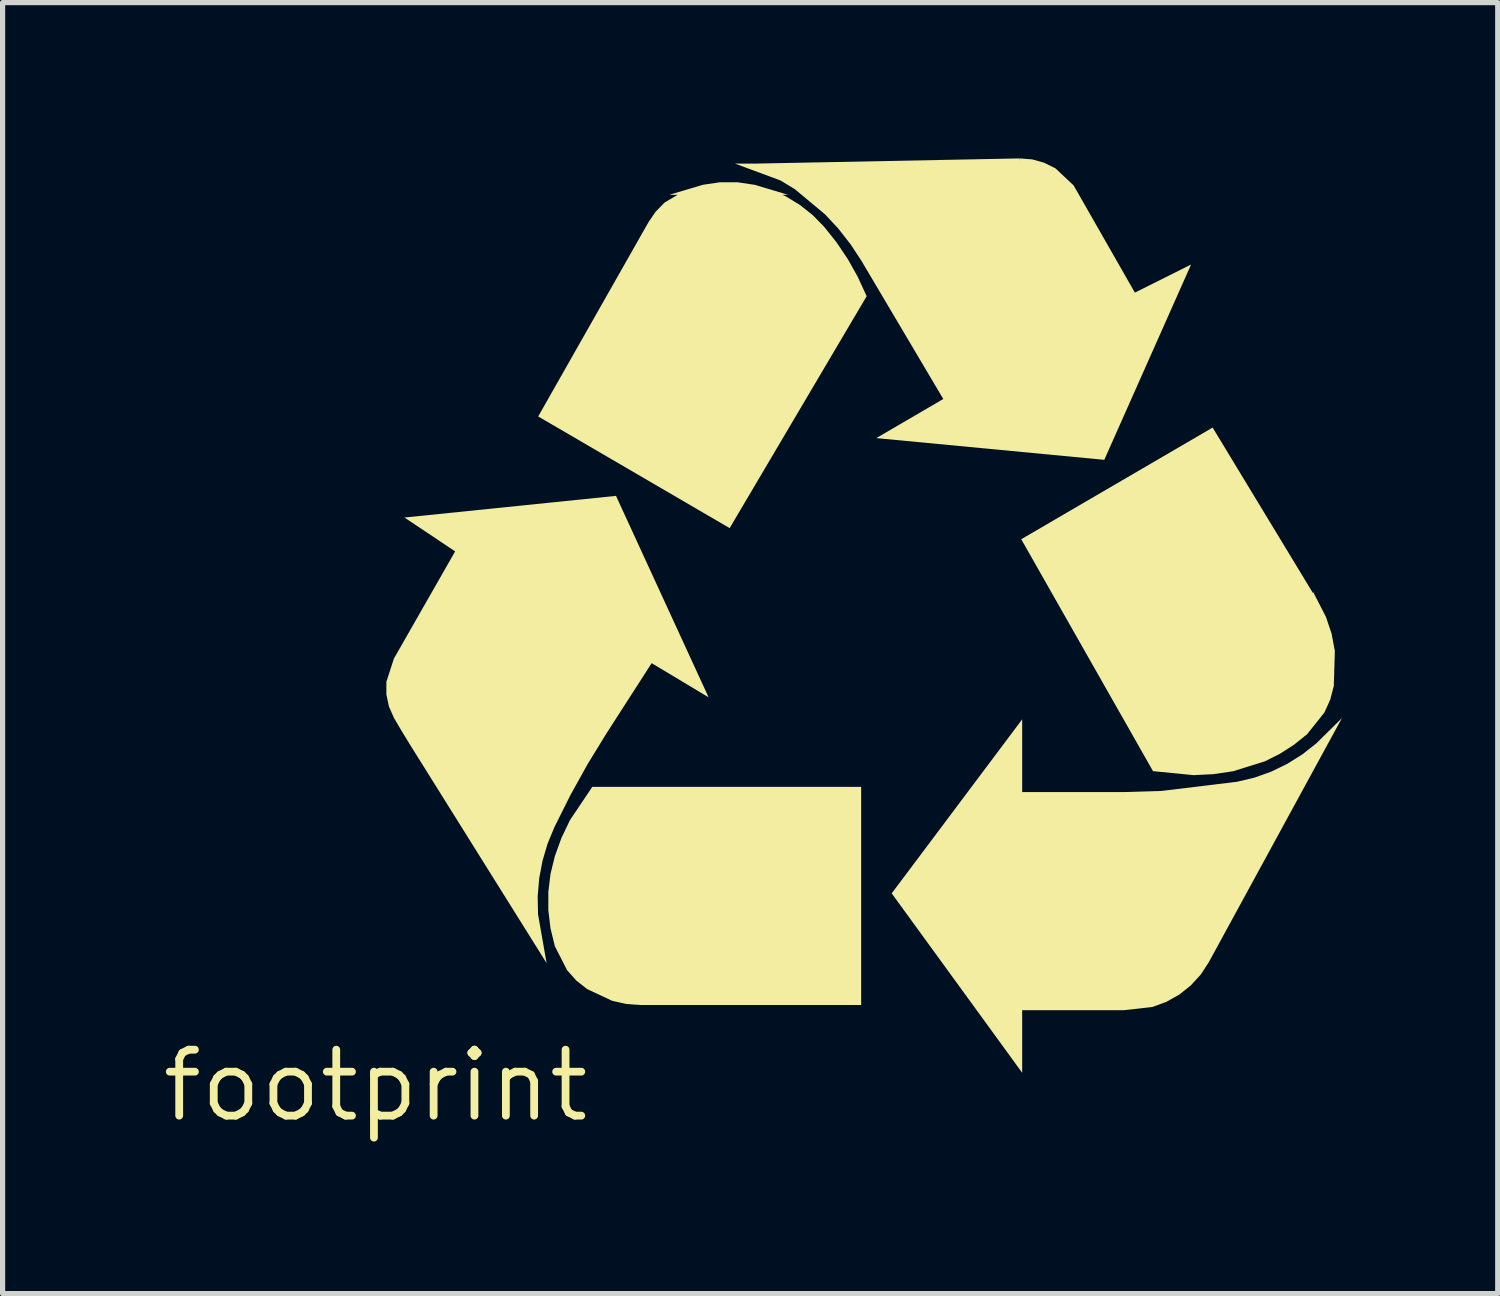
<source format=kicad_pcb>
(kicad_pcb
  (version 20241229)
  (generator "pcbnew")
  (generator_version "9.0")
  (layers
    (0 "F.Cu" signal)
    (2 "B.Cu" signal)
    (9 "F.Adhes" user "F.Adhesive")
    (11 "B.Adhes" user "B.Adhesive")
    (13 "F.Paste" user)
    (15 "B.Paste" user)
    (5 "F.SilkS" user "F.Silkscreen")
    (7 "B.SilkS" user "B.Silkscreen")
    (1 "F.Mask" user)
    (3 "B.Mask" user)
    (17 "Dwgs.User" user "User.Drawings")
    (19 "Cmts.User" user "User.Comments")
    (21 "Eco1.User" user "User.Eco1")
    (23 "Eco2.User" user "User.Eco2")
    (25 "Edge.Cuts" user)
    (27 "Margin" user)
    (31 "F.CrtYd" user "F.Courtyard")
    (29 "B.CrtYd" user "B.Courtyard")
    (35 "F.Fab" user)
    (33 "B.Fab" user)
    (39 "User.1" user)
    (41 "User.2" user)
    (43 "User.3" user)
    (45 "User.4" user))
  (footprint "footprint"
    (layer "F.Cu")
    (at 4.18 17.85)
    (property "Reference" "footprint" (at 0 0 0) (layer "F.SilkS") (effects (font (size 1.27 1.27) (thickness 0.15))))
    (fp_poly (pts (xy 9.35 -1.55) (xy 5.098 -1.55) (xy 4.829 -1.57) (xy 4.562 -1.629) (xy 4.071 -1.858) (xy 4.067 -1.863) (xy 3.866 -2.021) (xy 3.689 -2.219) (xy 3.453 -2.682) (xy 3.369 -3.026) (xy 3.327 -3.375) (xy 3.327 -3.725) (xy 3.369 -4.074) (xy 3.452 -4.414) (xy 3.58 -4.768) (xy 3.743 -5.109) (xy 4.173 -5.75) (xy 9.35 -5.75)) (stroke (width 0) (type solid)) (fill yes) (layer "F.SilkS"))
    (fp_poly (pts (xy 18.05 -9.479) (xy 18.05 -9.507) (xy 18.298 -9.024) (xy 18.407 -8.702) (xy 18.47 -8.367) (xy 18.45 -7.693) (xy 18.381 -7.43) (xy 18.269 -7.182) (xy 17.936 -6.764) (xy 17.683 -6.561) (xy 17.412 -6.387) (xy 17.122 -6.242) (xy 16.511 -6.051) (xy 16.132 -5.995) (xy 15.749 -5.976) (xy 14.969 -6.053) (xy 12.432 -10.518) (xy 16.117 -12.668)) (stroke (width 0) (type solid)) (fill yes) (layer "F.SilkS"))
    (fp_poly (pts (xy 12.4 -17.8) (xy 12.404 -17.85) (xy 12.64 -17.832) (xy 12.873 -17.767) (xy 13.092 -17.658) (xy 13.44 -17.331) (xy 14.62 -15.266) (xy 15.702 -15.807) (xy 14.031 -12.047) (xy 9.641 -12.465) (xy 10.931 -13.218) (xy 9.358 -15.874) (xy 9.149 -16.193) (xy 8.915 -16.493) (xy 8.657 -16.771) (xy 8.071 -17.259) (xy 7.796 -17.426) (xy 6.921 -17.75) (xy 7.3 -17.75) (xy 12.399 -17.85)) (stroke (width 0) (type solid)) (fill yes) (layer "F.SilkS"))
    (fp_poly (pts (xy 7.298 -17.342) (xy 7.942 -17.15) (xy 7.832 -17.15) (xy 7.904 -17.117) (xy 8.172 -16.953) (xy 8.418 -16.758) (xy 8.638 -16.533) (xy 8.879 -16.23) (xy 9.095 -15.908) (xy 9.284 -15.571) (xy 9.456 -15.197) (xy 6.818 -10.732) (xy 3.132 -12.882) (xy 5.258 -16.627) (xy 5.394 -16.825) (xy 5.566 -17.001) (xy 5.818 -17.15) (xy 5.658 -17.15) (xy 6.302 -17.342) (xy 6.633 -17.391) (xy 6.967 -17.391)) (stroke (width 0) (type solid)) (fill yes) (layer "F.SilkS"))
    (fp_poly (pts (xy 16.043 -2.374) (xy 15.889 -2.138) (xy 15.697 -1.928) (xy 15.475 -1.751) (xy 15.227 -1.612) (xy 14.959 -1.513) (xy 14.403 -1.45) (xy 12.45 -1.45) (xy 12.45 -0.246) (xy 9.938 -3.7) (xy 12.45 -7.05) (xy 12.45 -5.65) (xy 14.399 -5.65) (xy 15.133 -5.672) (xy 16.591 -5.849) (xy 16.925 -5.929) (xy 17.249 -6.045) (xy 17.558 -6.196) (xy 17.849 -6.379) (xy 18.118 -6.592) (xy 18.606 -7.074)) (stroke (width 0) (type solid)) (fill yes) (layer "F.SilkS"))
    (fp_poly (pts (xy 6.413 -7.474) (xy 5.316 -8.132) (xy 4.442 -6.773) (xy 4.084 -6.189) (xy 3.752 -5.591) (xy 3.446 -4.979) (xy 3.313 -4.658) (xy 3.215 -4.327) (xy 3.151 -3.986) (xy 3.122 -3.641) (xy 3.129 -3.296) (xy 3.294 -2.356) (xy 0.657 -6.574) (xy 0.505 -6.823) (xy 0.35 -7.086) (xy 0.35 -7.089) (xy 0.259 -7.295) (xy 0.209 -7.53) (xy 0.209 -7.773) (xy 0.354 -8.22) (xy 1.533 -10.284) (xy 0.557 -10.936) (xy 4.63 -11.353)) (stroke (width 0) (type solid)) (fill yes) (layer "F.SilkS")))
  (gr_rect
    (start -3 -3)
    (end 25.786 21.856)
    (stroke (width 0.1) (type default))
    (fill no)
    (layer "Edge.Cuts")))
</source>
